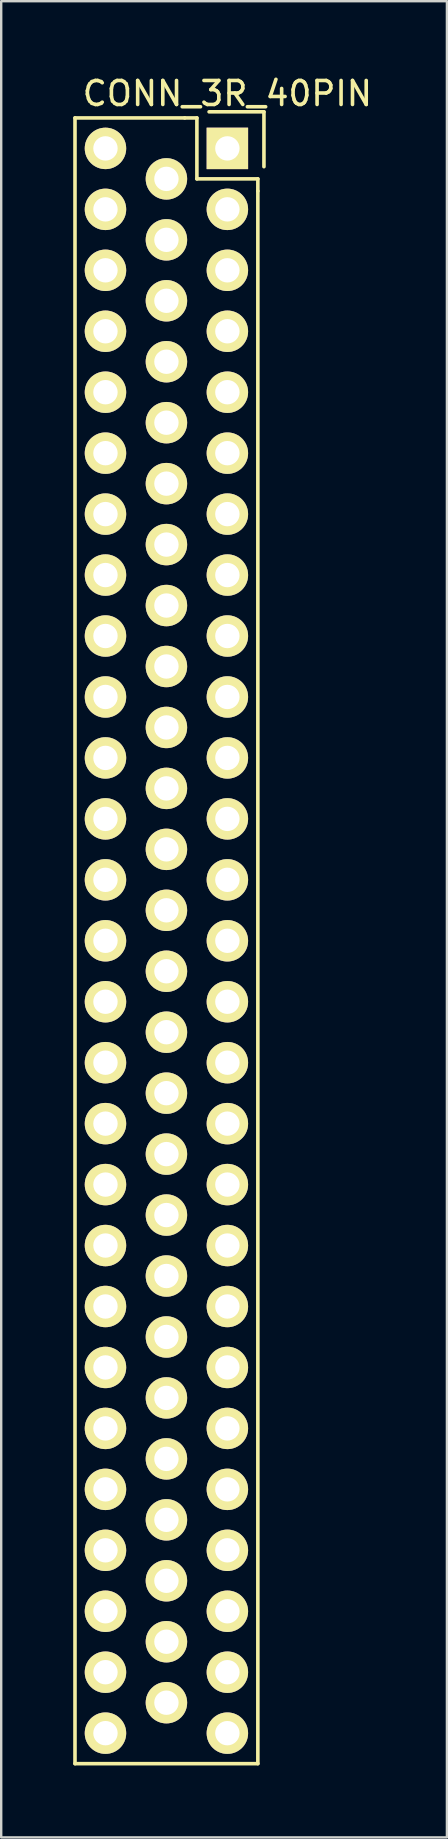
<source format=kicad_pcb>
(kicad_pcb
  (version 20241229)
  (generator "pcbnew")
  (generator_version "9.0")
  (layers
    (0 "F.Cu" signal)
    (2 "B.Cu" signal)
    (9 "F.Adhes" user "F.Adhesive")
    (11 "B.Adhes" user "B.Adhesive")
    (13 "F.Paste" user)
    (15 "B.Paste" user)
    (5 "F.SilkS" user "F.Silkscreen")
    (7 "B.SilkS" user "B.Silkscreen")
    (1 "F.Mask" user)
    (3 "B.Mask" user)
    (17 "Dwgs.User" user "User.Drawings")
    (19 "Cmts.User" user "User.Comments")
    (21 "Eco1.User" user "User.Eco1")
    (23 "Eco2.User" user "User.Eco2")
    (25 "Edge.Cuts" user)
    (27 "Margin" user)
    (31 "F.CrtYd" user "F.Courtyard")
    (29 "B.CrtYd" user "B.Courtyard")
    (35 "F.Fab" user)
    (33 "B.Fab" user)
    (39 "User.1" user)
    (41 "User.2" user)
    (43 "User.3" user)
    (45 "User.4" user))
  (footprint "CONN_3R_40PIN"
    (layer "F.Cu")
    (at 6.425 3.134)
    (property "Reference" "CONN_3R_40PIN" (at 0 -2.286 0) (layer "F.SilkS") (effects (font (size 1 1) (thickness 0.15))))
    (attr through_hole)
    (fp_line (start -6.35 -1.27) (end -6.35 67.31) (stroke (width 0.15) (type solid)) (layer "F.SilkS"))
    (fp_line (start -6.35 -1.27) (end -1.778 -1.27) (stroke (width 0.15) (type solid)) (layer "F.SilkS"))
    (fp_line (start -1.778 -1.27) (end -1.27 -1.27) (stroke (width 0.15) (type solid)) (layer "F.SilkS"))
    (fp_line (start -1.27 1.27) (end -1.27 -1.27) (stroke (width 0.15) (type solid)) (layer "F.SilkS"))
    (fp_line (start -0.762 -1.524) (end 1.524 -1.524) (stroke (width 0.15) (type solid)) (layer "F.SilkS"))
    (fp_line (start 1.27 1.27) (end -1.27 1.27) (stroke (width 0.15) (type solid)) (layer "F.SilkS"))
    (fp_line (start 1.27 1.778) (end 1.27 1.27) (stroke (width 0.15) (type solid)) (layer "F.SilkS"))
    (fp_line (start 1.27 1.778) (end 1.27 67.31) (stroke (width 0.15) (type solid)) (layer "F.SilkS"))
    (fp_line (start 1.27 67.31) (end -6.35 67.31) (stroke (width 0.15) (type solid)) (layer "F.SilkS"))
    (fp_line (start 1.524 -1.524) (end 1.524 0.762) (stroke (width 0.15) (type solid)) (layer "F.SilkS"))
    (pad "1" thru_hole rect (at 0 0) (size 1.727 1.727) (drill 1.016) (layers "*.Cu" "*.Mask" "F.SilkS"))
    (pad "2" thru_hole oval (at -2.54 1.27) (size 1.727 1.727) (drill 1.016) (layers "*.Cu" "*.Mask" "F.SilkS"))
    (pad "3" thru_hole oval (at -5.08 0) (size 1.727 1.727) (drill 1.016) (layers "*.Cu" "*.Mask" "F.SilkS"))
    (pad "4" thru_hole oval (at 0 2.54) (size 1.727 1.727) (drill 1.016) (layers "*.Cu" "*.Mask" "F.SilkS"))
    (pad "5" thru_hole oval (at -2.54 3.81) (size 1.727 1.727) (drill 1.016) (layers "*.Cu" "*.Mask" "F.SilkS"))
    (pad "6" thru_hole oval (at -5.08 2.54) (size 1.727 1.727) (drill 1.016) (layers "*.Cu" "*.Mask" "F.SilkS"))
    (pad "7" thru_hole oval (at 0 5.08) (size 1.727 1.727) (drill 1.016) (layers "*.Cu" "*.Mask" "F.SilkS"))
    (pad "8" thru_hole oval (at -2.54 6.35) (size 1.727 1.727) (drill 1.016) (layers "*.Cu" "*.Mask" "F.SilkS"))
    (pad "9" thru_hole oval (at -5.08 5.08) (size 1.727 1.727) (drill 1.016) (layers "*.Cu" "*.Mask" "F.SilkS"))
    (pad "10" thru_hole oval (at 0 7.62) (size 1.727 1.727) (drill 1.016) (layers "*.Cu" "*.Mask" "F.SilkS"))
    (pad "11" thru_hole oval (at -2.54 8.89) (size 1.727 1.727) (drill 1.016) (layers "*.Cu" "*.Mask" "F.SilkS"))
    (pad "12" thru_hole oval (at -5.08 7.62) (size 1.727 1.727) (drill 1.016) (layers "*.Cu" "*.Mask" "F.SilkS"))
    (pad "13" thru_hole oval (at 0 10.16) (size 1.727 1.727) (drill 1.016) (layers "*.Cu" "*.Mask" "F.SilkS"))
    (pad "14" thru_hole oval (at -2.54 11.43) (size 1.727 1.727) (drill 1.016) (layers "*.Cu" "*.Mask" "F.SilkS"))
    (pad "15" thru_hole oval (at -5.08 10.16) (size 1.727 1.727) (drill 1.016) (layers "*.Cu" "*.Mask" "F.SilkS"))
    (pad "16" thru_hole oval (at 0 12.7) (size 1.727 1.727) (drill 1.016) (layers "*.Cu" "*.Mask" "F.SilkS"))
    (pad "17" thru_hole oval (at -2.54 13.97) (size 1.727 1.727) (drill 1.016) (layers "*.Cu" "*.Mask" "F.SilkS"))
    (pad "18" thru_hole oval (at -5.08 12.7) (size 1.727 1.727) (drill 1.016) (layers "*.Cu" "*.Mask" "F.SilkS"))
    (pad "19" thru_hole oval (at 0 15.24) (size 1.727 1.727) (drill 1.016) (layers "*.Cu" "*.Mask" "F.SilkS"))
    (pad "20" thru_hole oval (at -2.54 16.51) (size 1.727 1.727) (drill 1.016) (layers "*.Cu" "*.Mask" "F.SilkS"))
    (pad "21" thru_hole oval (at -5.08 15.24) (size 1.727 1.727) (drill 1.016) (layers "*.Cu" "*.Mask" "F.SilkS"))
    (pad "22" thru_hole oval (at 0 17.78) (size 1.727 1.727) (drill 1.016) (layers "*.Cu" "*.Mask" "F.SilkS"))
    (pad "23" thru_hole oval (at -2.54 19.05) (size 1.727 1.727) (drill 1.016) (layers "*.Cu" "*.Mask" "F.SilkS"))
    (pad "24" thru_hole oval (at -5.08 17.78) (size 1.727 1.727) (drill 1.016) (layers "*.Cu" "*.Mask" "F.SilkS"))
    (pad "25" thru_hole oval (at 0 20.32) (size 1.727 1.727) (drill 1.016) (layers "*.Cu" "*.Mask" "F.SilkS"))
    (pad "26" thru_hole oval (at -2.54 21.59) (size 1.727 1.727) (drill 1.016) (layers "*.Cu" "*.Mask" "F.SilkS"))
    (pad "27" thru_hole oval (at -5.08 20.32) (size 1.727 1.727) (drill 1.016) (layers "*.Cu" "*.Mask" "F.SilkS"))
    (pad "28" thru_hole oval (at 0 22.86) (size 1.727 1.727) (drill 1.016) (layers "*.Cu" "*.Mask" "F.SilkS"))
    (pad "29" thru_hole oval (at -2.54 24.13) (size 1.727 1.727) (drill 1.016) (layers "*.Cu" "*.Mask" "F.SilkS"))
    (pad "30" thru_hole oval (at -5.08 22.86) (size 1.727 1.727) (drill 1.016) (layers "*.Cu" "*.Mask" "F.SilkS"))
    (pad "31" thru_hole oval (at 0 25.4) (size 1.727 1.727) (drill 1.016) (layers "*.Cu" "*.Mask" "F.SilkS"))
    (pad "32" thru_hole oval (at -2.54 26.67) (size 1.727 1.727) (drill 1.016) (layers "*.Cu" "*.Mask" "F.SilkS"))
    (pad "33" thru_hole oval (at -5.08 25.4) (size 1.727 1.727) (drill 1.016) (layers "*.Cu" "*.Mask" "F.SilkS"))
    (pad "34" thru_hole oval (at 0 27.94) (size 1.727 1.727) (drill 1.016) (layers "*.Cu" "*.Mask" "F.SilkS"))
    (pad "35" thru_hole oval (at -2.54 29.21) (size 1.727 1.727) (drill 1.016) (layers "*.Cu" "*.Mask" "F.SilkS"))
    (pad "36" thru_hole oval (at -5.08 27.94) (size 1.727 1.727) (drill 1.016) (layers "*.Cu" "*.Mask" "F.SilkS"))
    (pad "37" thru_hole oval (at 0 30.48) (size 1.727 1.727) (drill 1.016) (layers "*.Cu" "*.Mask" "F.SilkS"))
    (pad "38" thru_hole oval (at -2.54 31.75) (size 1.727 1.727) (drill 1.016) (layers "*.Cu" "*.Mask" "F.SilkS"))
    (pad "39" thru_hole oval (at -5.08 30.48) (size 1.727 1.727) (drill 1.016) (layers "*.Cu" "*.Mask" "F.SilkS"))
    (pad "40" thru_hole oval (at 0 33.02) (size 1.727 1.727) (drill 1.016) (layers "*.Cu" "*.Mask" "F.SilkS"))
    (pad "41" thru_hole oval (at -2.54 34.29) (size 1.727 1.727) (drill 1.016) (layers "*.Cu" "*.Mask" "F.SilkS"))
    (pad "42" thru_hole oval (at -5.08 33.02) (size 1.727 1.727) (drill 1.016) (layers "*.Cu" "*.Mask" "F.SilkS"))
    (pad "43" thru_hole oval (at 0 35.56) (size 1.727 1.727) (drill 1.016) (layers "*.Cu" "*.Mask" "F.SilkS"))
    (pad "44" thru_hole oval (at -2.54 36.83) (size 1.727 1.727) (drill 1.016) (layers "*.Cu" "*.Mask" "F.SilkS"))
    (pad "45" thru_hole oval (at -5.08 35.56) (size 1.727 1.727) (drill 1.016) (layers "*.Cu" "*.Mask" "F.SilkS"))
    (pad "46" thru_hole oval (at 0 38.1) (size 1.727 1.727) (drill 1.016) (layers "*.Cu" "*.Mask" "F.SilkS"))
    (pad "47" thru_hole oval (at -2.54 39.37) (size 1.727 1.727) (drill 1.016) (layers "*.Cu" "*.Mask" "F.SilkS"))
    (pad "48" thru_hole oval (at -5.08 38.1) (size 1.727 1.727) (drill 1.016) (layers "*.Cu" "*.Mask" "F.SilkS"))
    (pad "49" thru_hole oval (at 0 40.64) (size 1.727 1.727) (drill 1.016) (layers "*.Cu" "*.Mask" "F.SilkS"))
    (pad "50" thru_hole oval (at -2.54 41.91) (size 1.727 1.727) (drill 1.016) (layers "*.Cu" "*.Mask" "F.SilkS"))
    (pad "51" thru_hole oval (at -5.08 40.64) (size 1.727 1.727) (drill 1.016) (layers "*.Cu" "*.Mask" "F.SilkS"))
    (pad "52" thru_hole oval (at 0 43.18) (size 1.727 1.727) (drill 1.016) (layers "*.Cu" "*.Mask" "F.SilkS"))
    (pad "53" thru_hole oval (at -2.54 44.45) (size 1.727 1.727) (drill 1.016) (layers "*.Cu" "*.Mask" "F.SilkS"))
    (pad "54" thru_hole oval (at -5.08 43.18) (size 1.727 1.727) (drill 1.016) (layers "*.Cu" "*.Mask" "F.SilkS"))
    (pad "55" thru_hole oval (at 0 45.72) (size 1.727 1.727) (drill 1.016) (layers "*.Cu" "*.Mask" "F.SilkS"))
    (pad "56" thru_hole oval (at -2.54 46.99) (size 1.727 1.727) (drill 1.016) (layers "*.Cu" "*.Mask" "F.SilkS"))
    (pad "57" thru_hole oval (at -5.08 45.72) (size 1.727 1.727) (drill 1.016) (layers "*.Cu" "*.Mask" "F.SilkS"))
    (pad "58" thru_hole oval (at 0 48.26) (size 1.727 1.727) (drill 1.016) (layers "*.Cu" "*.Mask" "F.SilkS"))
    (pad "59" thru_hole oval (at -2.54 49.53) (size 1.727 1.727) (drill 1.016) (layers "*.Cu" "*.Mask" "F.SilkS"))
    (pad "60" thru_hole oval (at -5.08 48.26) (size 1.727 1.727) (drill 1.016) (layers "*.Cu" "*.Mask" "F.SilkS"))
    (pad "61" thru_hole oval (at 0 50.8) (size 1.727 1.727) (drill 1.016) (layers "*.Cu" "*.Mask" "F.SilkS"))
    (pad "62" thru_hole oval (at -2.54 52.07) (size 1.727 1.727) (drill 1.016) (layers "*.Cu" "*.Mask" "F.SilkS"))
    (pad "63" thru_hole oval (at -5.08 50.8) (size 1.727 1.727) (drill 1.016) (layers "*.Cu" "*.Mask" "F.SilkS"))
    (pad "64" thru_hole oval (at 0 53.34) (size 1.727 1.727) (drill 1.016) (layers "*.Cu" "*.Mask" "F.SilkS"))
    (pad "65" thru_hole oval (at -2.54 54.61) (size 1.727 1.727) (drill 1.016) (layers "*.Cu" "*.Mask" "F.SilkS"))
    (pad "66" thru_hole oval (at -5.08 53.34) (size 1.727 1.727) (drill 1.016) (layers "*.Cu" "*.Mask" "F.SilkS"))
    (pad "67" thru_hole oval (at 0 55.88) (size 1.727 1.727) (drill 1.016) (layers "*.Cu" "*.Mask" "F.SilkS"))
    (pad "68" thru_hole oval (at -2.54 57.15) (size 1.727 1.727) (drill 1.016) (layers "*.Cu" "*.Mask" "F.SilkS"))
    (pad "69" thru_hole oval (at -5.08 55.88) (size 1.727 1.727) (drill 1.016) (layers "*.Cu" "*.Mask" "F.SilkS"))
    (pad "70" thru_hole oval (at 0 58.42) (size 1.727 1.727) (drill 1.016) (layers "*.Cu" "*.Mask" "F.SilkS"))
    (pad "71" thru_hole oval (at -2.54 59.69) (size 1.727 1.727) (drill 1.016) (layers "*.Cu" "*.Mask" "F.SilkS"))
    (pad "72" thru_hole oval (at -5.08 58.42) (size 1.727 1.727) (drill 1.016) (layers "*.Cu" "*.Mask" "F.SilkS"))
    (pad "73" thru_hole oval (at 0 60.96) (size 1.727 1.727) (drill 1.016) (layers "*.Cu" "*.Mask" "F.SilkS"))
    (pad "74" thru_hole oval (at -2.54 62.23) (size 1.727 1.727) (drill 1.016) (layers "*.Cu" "*.Mask" "F.SilkS"))
    (pad "75" thru_hole oval (at -5.08 60.96) (size 1.727 1.727) (drill 1.016) (layers "*.Cu" "*.Mask" "F.SilkS"))
    (pad "76" thru_hole oval (at 0 63.5) (size 1.727 1.727) (drill 1.016) (layers "*.Cu" "*.Mask" "F.SilkS"))
    (pad "77" thru_hole oval (at -2.54 64.77) (size 1.727 1.727) (drill 1.016) (layers "*.Cu" "*.Mask" "F.SilkS"))
    (pad "78" thru_hole oval (at -5.08 63.5) (size 1.727 1.727) (drill 1.016) (layers "*.Cu" "*.Mask" "F.SilkS"))
    (pad "79" thru_hole oval (at 0 66.04) (size 1.727 1.727) (drill 1.016) (layers "*.Cu" "*.Mask" "F.SilkS"))
    (pad "80" thru_hole oval (at -5.08 66.04) (size 1.727 1.727) (drill 1.016) (layers "*.Cu" "*.Mask" "F.SilkS")))
  (gr_rect
    (start -3 -3)
    (end 15.574 73.519)
    (stroke (width 0.1) (type default))
    (fill no)
    (layer "Edge.Cuts")))
</source>
